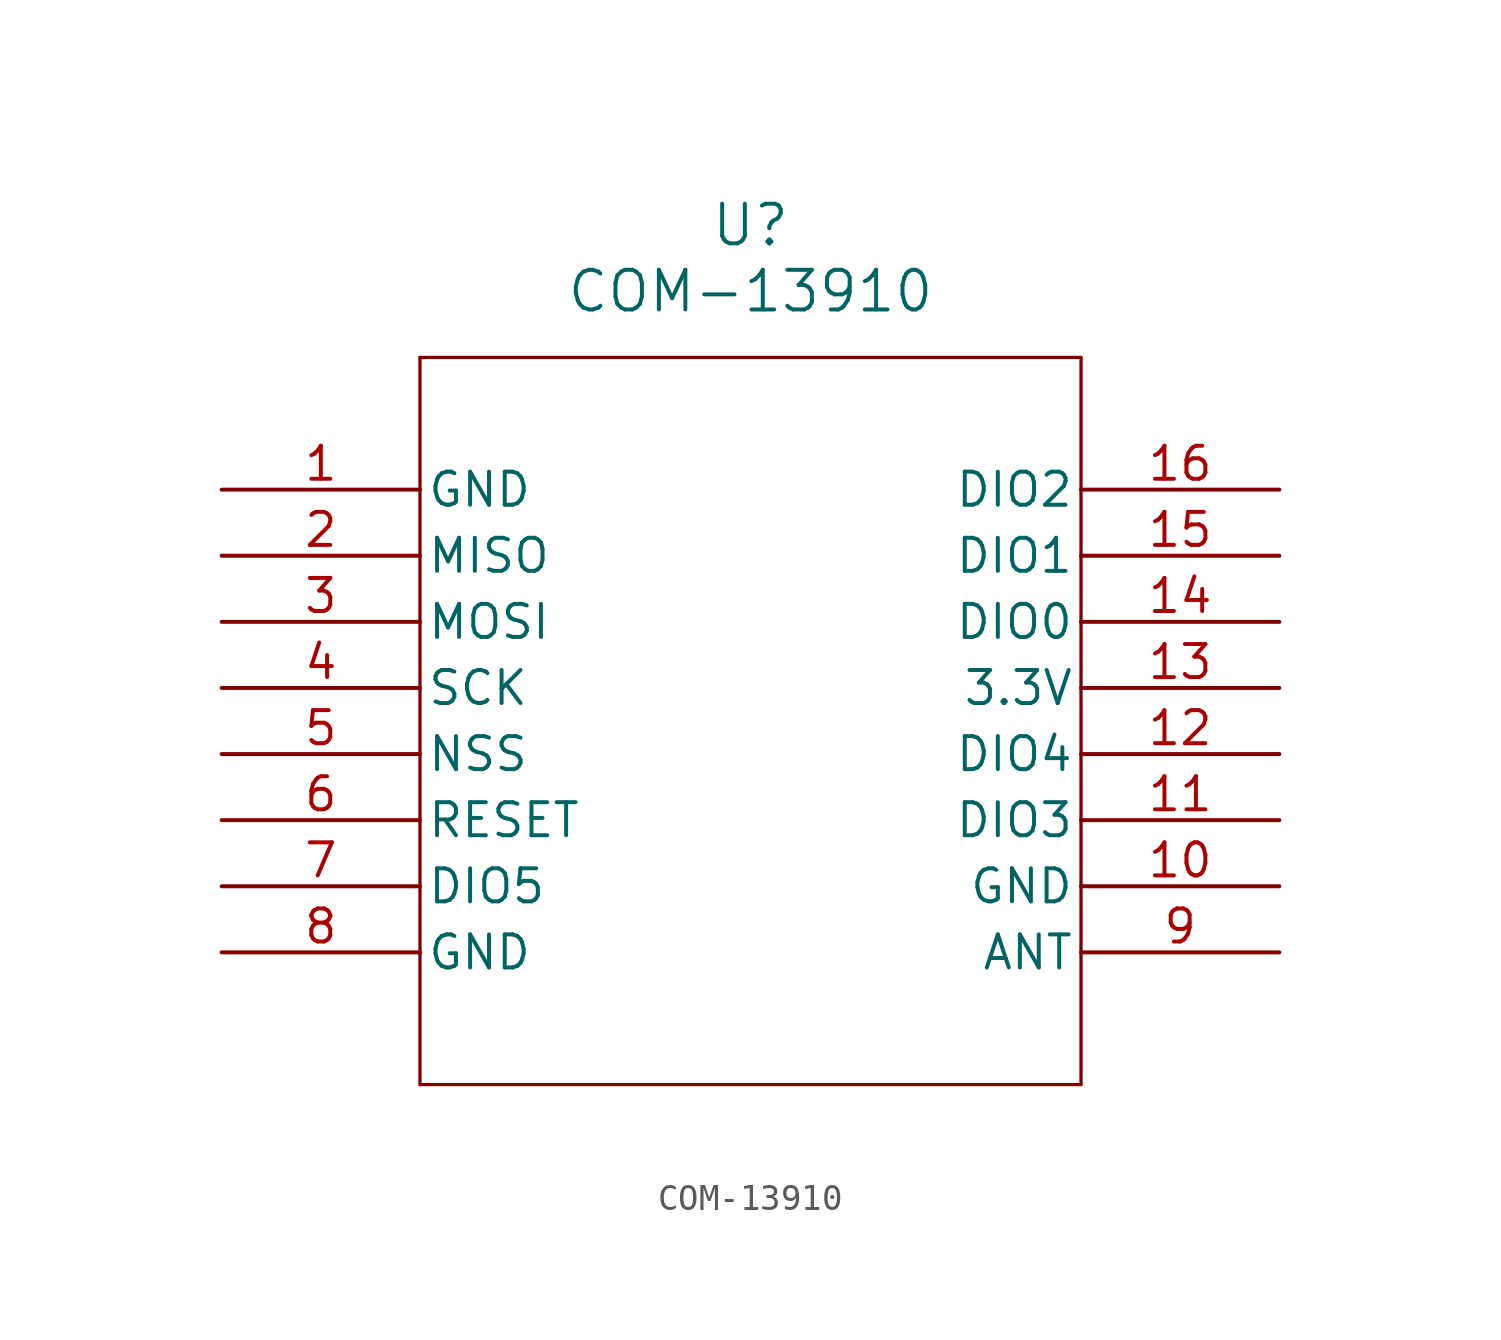
<source format=kicad_sym>
(kicad_symbol_lib
  (version 20211014)
  (generator kicad_symbol_editor)
  (symbol "COM-13910"
    (pin_names
      (offset 0.254))
    (property "Reference" "U"
      (at 20.32 10.16 0)
      (effects (font (size 1.524 1.524))))
    (property "Value" "COM-13910"
      (at 20.32 7.62 0)
      (effects (font (size 1.524 1.524))))
    (polyline
      (pts (xy 7.62 5.08) (xy 7.62 -22.86))
      (stroke (width 0.127) (type default) (color 0 0 0 0))
      (fill (type none)))
    (polyline
      (pts (xy 7.62 -22.86) (xy 33.02 -22.86))
      (stroke (width 0.127) (type default) (color 0 0 0 0))
      (fill (type none)))
    (polyline
      (pts (xy 33.02 -22.86) (xy 33.02 5.08))
      (stroke (width 0.127) (type default) (color 0 0 0 0))
      (fill (type none)))
    (polyline
      (pts (xy 33.02 5.08) (xy 7.62 5.08))
      (stroke (width 0.127) (type default) (color 0 0 0 0))
      (fill (type none)))
    (pin power_out line
      (at 0 0 0)
      (length 7.62)
      (name "GND" (effects (font (size 1.27 1.27))))
      (number "1" (effects (font (size 1.27 1.27)))))
    (pin input line
      (at 0 -2.54 0)
      (length 7.62)
      (name "MISO" (effects (font (size 1.27 1.27))))
      (number "2" (effects (font (size 1.27 1.27)))))
    (pin output line
      (at 0 -5.08 0)
      (length 7.62)
      (name "MOSI" (effects (font (size 1.27 1.27))))
      (number "3" (effects (font (size 1.27 1.27)))))
    (pin input line
      (at 0 -7.62 0)
      (length 7.62)
      (name "SCK" (effects (font (size 1.27 1.27))))
      (number "4" (effects (font (size 1.27 1.27)))))
    (pin input line
      (at 0 -10.16 0)
      (length 7.62)
      (name "NSS" (effects (font (size 1.27 1.27))))
      (number "5" (effects (font (size 1.27 1.27)))))
    (pin bidirectional line
      (at 0 -12.7 0)
      (length 7.62)
      (name "RESET" (effects (font (size 1.27 1.27))))
      (number "6" (effects (font (size 1.27 1.27)))))
    (pin bidirectional line
      (at 0 -15.24 0)
      (length 7.62)
      (name "DIO5" (effects (font (size 1.27 1.27))))
      (number "7" (effects (font (size 1.27 1.27)))))
    (pin power_out line
      (at 0 -17.78 0)
      (length 7.62)
      (name "GND" (effects (font (size 1.27 1.27))))
      (number "8" (effects (font (size 1.27 1.27)))))
    (pin bidirectional line
      (at 40.64 -17.78 180)
      (length 7.62)
      (name "ANT" (effects (font (size 1.27 1.27))))
      (number "9" (effects (font (size 1.27 1.27)))))
    (pin power_out line
      (at 40.64 -15.24 180)
      (length 7.62)
      (name "GND" (effects (font (size 1.27 1.27))))
      (number "10" (effects (font (size 1.27 1.27)))))
    (pin bidirectional line
      (at 40.64 -12.7 180)
      (length 7.62)
      (name "DIO3" (effects (font (size 1.27 1.27))))
      (number "11" (effects (font (size 1.27 1.27)))))
    (pin bidirectional line
      (at 40.64 -10.16 180)
      (length 7.62)
      (name "DIO4" (effects (font (size 1.27 1.27))))
      (number "12" (effects (font (size 1.27 1.27)))))
    (pin power_in line
      (at 40.64 -7.62 180)
      (length 7.62)
      (name "3.3V" (effects (font (size 1.27 1.27))))
      (number "13" (effects (font (size 1.27 1.27)))))
    (pin bidirectional line
      (at 40.64 -5.08 180)
      (length 7.62)
      (name "DIO0" (effects (font (size 1.27 1.27))))
      (number "14" (effects (font (size 1.27 1.27)))))
    (pin bidirectional line
      (at 40.64 -2.54 180)
      (length 7.62)
      (name "DIO1" (effects (font (size 1.27 1.27))))
      (number "15" (effects (font (size 1.27 1.27)))))
    (pin bidirectional line
      (at 40.64 0 180)
      (length 7.62)
      (name "DIO2" (effects (font (size 1.27 1.27))))
      (number "16" (effects (font (size 1.27 1.27)))))))
</source>
